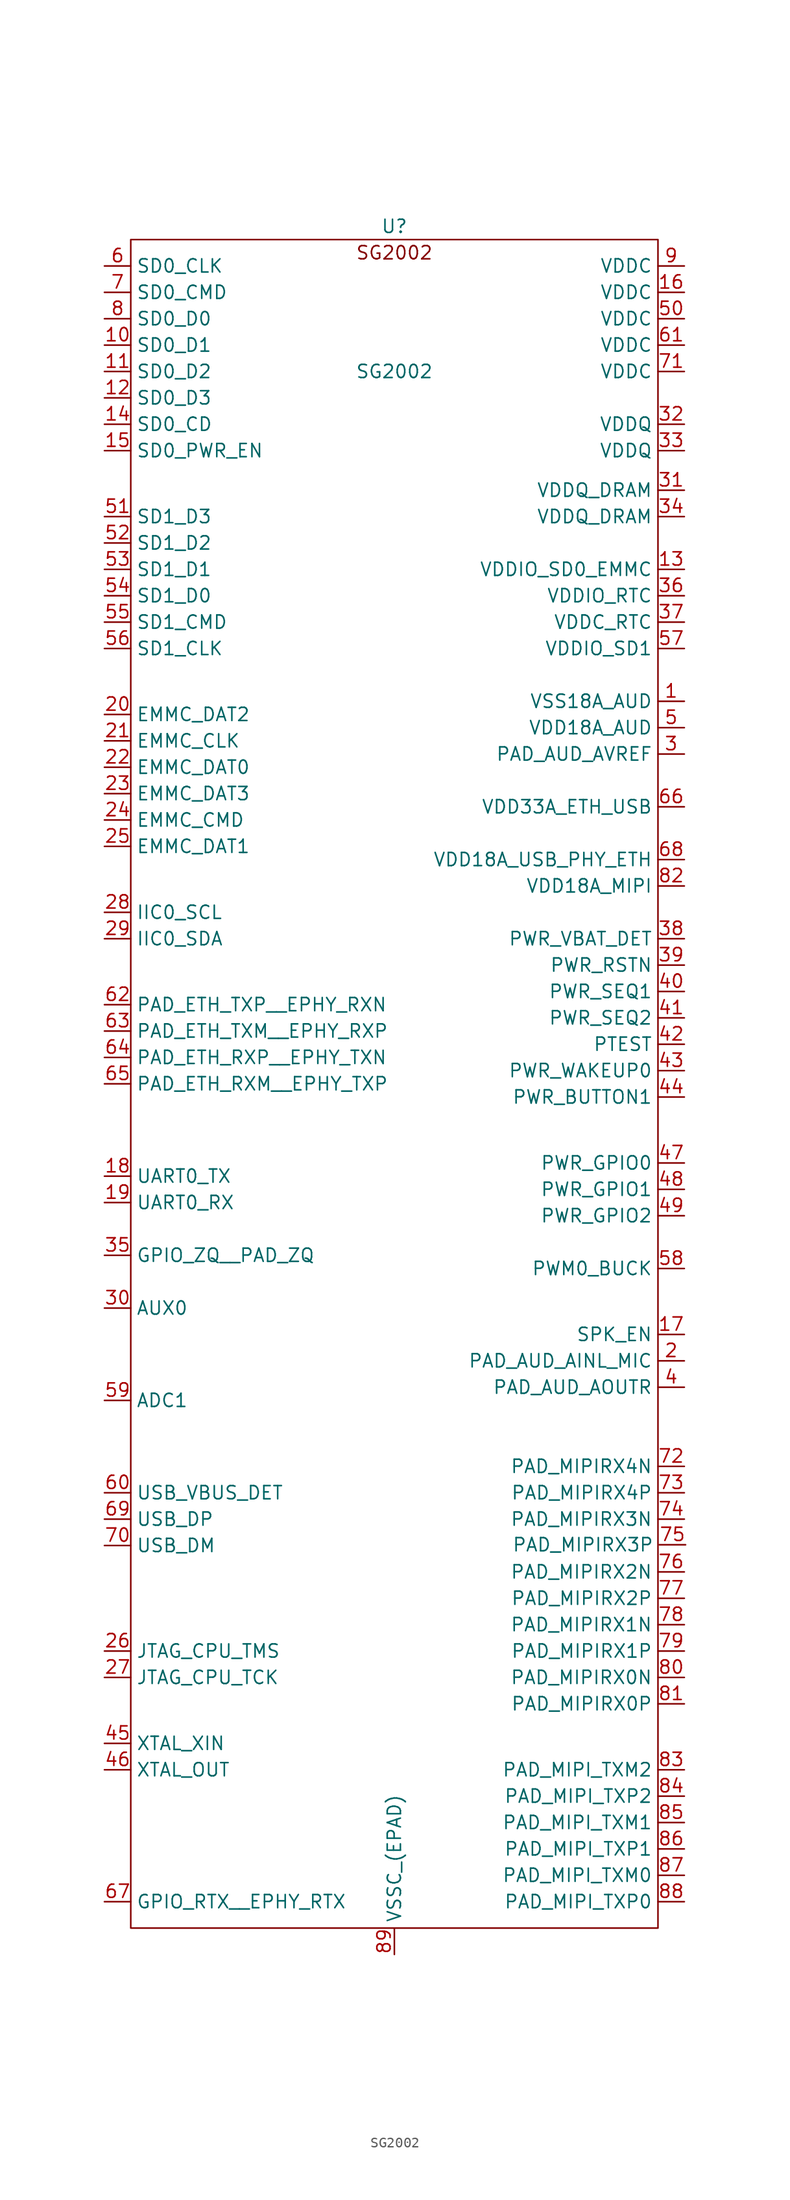
<source format=kicad_sym>
(kicad_symbol_lib
  (version 20231120)
  (generator "kicad_symbol_editor")
  (generator_version "8.0")
  (symbol "SG2002"
    (property "Reference" "U"
      (at 0 13.97 0)
      (effects (font (size 1.27 1.27))))
    (property "Value" "SG2002"
      (at 0 0 0)
      (effects (font (size 1.27 1.27))))
    (symbol "SG2002_0_1"
      (rectangle (start -25.4 12.7) (end 25.4 -149.86) (stroke (width 0) (type default)) (fill (type none))))
    (symbol "SG2002_1_1"
      (text "SG2002" (at 0 11.43 0) (effects (font (size 1.27 1.27))))
      (pin power_in line (at 27.94 -31.75 180) (length 2.54) (name "VSS18A_AUD" (effects (font (size 1.27 1.27)))) (number "1" (effects (font (size 1.27 1.27)))))
      (pin bidirectional line (at -27.94 2.54 0) (length 2.54) (name "SD0_D1" (effects (font (size 1.27 1.27)))) (number "10" (effects (font (size 1.27 1.27)))))
      (pin bidirectional line (at -27.94 0 0) (length 2.54) (name "SD0_D2" (effects (font (size 1.27 1.27)))) (number "11" (effects (font (size 1.27 1.27)))))
      (pin bidirectional line (at -27.94 -2.54 0) (length 2.54) (name "SD0_D3" (effects (font (size 1.27 1.27)))) (number "12" (effects (font (size 1.27 1.27)))))
      (pin power_in line (at 27.94 -19.05 180) (length 2.54) (name "VDDIO_SD0_EMMC" (effects (font (size 1.27 1.27)))) (number "13" (effects (font (size 1.27 1.27)))))
      (pin input line (at -27.94 -5.08 0) (length 2.54) (name "SD0_CD" (effects (font (size 1.27 1.27)))) (number "14" (effects (font (size 1.27 1.27)))))
      (pin input line (at -27.94 -7.62 0) (length 2.54) (name "SD0_PWR_EN" (effects (font (size 1.27 1.27)))) (number "15" (effects (font (size 1.27 1.27)))))
      (pin power_in line (at 27.94 7.62 180) (length 2.54) (name "VDDC" (effects (font (size 1.27 1.27)))) (number "16" (effects (font (size 1.27 1.27)))))
      (pin unspecified line (at 27.94 -92.71 180) (length 2.54) (name "SPK_EN" (effects (font (size 1.27 1.27)))) (number "17" (effects (font (size 1.27 1.27)))))
      (pin output line (at -27.94 -77.47 0) (length 2.54) (name "UART0_TX" (effects (font (size 1.27 1.27)))) (number "18" (effects (font (size 1.27 1.27)))))
      (pin input line (at -27.94 -80.01 0) (length 2.54) (name "UART0_RX" (effects (font (size 1.27 1.27)))) (number "19" (effects (font (size 1.27 1.27)))))
      (pin input line (at 27.94 -95.25 180) (length 2.54) (name "PAD_AUD_AINL_MIC" (effects (font (size 1.27 1.27)))) (number "2" (effects (font (size 1.27 1.27)))))
      (pin bidirectional line (at -27.94 -33.02 0) (length 2.54) (name "EMMC_DAT2" (effects (font (size 1.27 1.27)))) (number "20" (effects (font (size 1.27 1.27)))))
      (pin output line (at -27.94 -35.56 0) (length 2.54) (name "EMMC_CLK" (effects (font (size 1.27 1.27)))) (number "21" (effects (font (size 1.27 1.27)))))
      (pin bidirectional line (at -27.94 -38.1 0) (length 2.54) (name "EMMC_DAT0" (effects (font (size 1.27 1.27)))) (number "22" (effects (font (size 1.27 1.27)))))
      (pin bidirectional line (at -27.94 -40.64 0) (length 2.54) (name "EMMC_DAT3" (effects (font (size 1.27 1.27)))) (number "23" (effects (font (size 1.27 1.27)))))
      (pin output line (at -27.94 -43.18 0) (length 2.54) (name "EMMC_CMD" (effects (font (size 1.27 1.27)))) (number "24" (effects (font (size 1.27 1.27)))))
      (pin bidirectional line (at -27.94 -45.72 0) (length 2.54) (name "EMMC_DAT1" (effects (font (size 1.27 1.27)))) (number "25" (effects (font (size 1.27 1.27)))))
      (pin bidirectional line (at -27.94 -123.19 0) (length 2.54) (name "JTAG_CPU_TMS" (effects (font (size 1.27 1.27)))) (number "26" (effects (font (size 1.27 1.27)))))
      (pin bidirectional line (at -27.94 -125.73 0) (length 2.54) (name "JTAG_CPU_TCK" (effects (font (size 1.27 1.27)))) (number "27" (effects (font (size 1.27 1.27)))))
      (pin bidirectional line (at -27.94 -52.07 0) (length 2.54) (name "IIC0_SCL" (effects (font (size 1.27 1.27)))) (number "28" (effects (font (size 1.27 1.27)))))
      (pin bidirectional line (at -27.94 -54.61 0) (length 2.54) (name "IIC0_SDA" (effects (font (size 1.27 1.27)))) (number "29" (effects (font (size 1.27 1.27)))))
      (pin power_in line (at 27.94 -36.83 180) (length 2.54) (name "PAD_AUD_AVREF" (effects (font (size 1.27 1.27)))) (number "3" (effects (font (size 1.27 1.27)))))
      (pin bidirectional line (at -27.94 -90.17 0) (length 2.54) (name "AUX0" (effects (font (size 1.27 1.27)))) (number "30" (effects (font (size 1.27 1.27)))))
      (pin power_in line (at 27.94 -11.43 180) (length 2.54) (name "VDDQ_DRAM" (effects (font (size 1.27 1.27)))) (number "31" (effects (font (size 1.27 1.27)))))
      (pin power_in line (at 27.94 -5.08 180) (length 2.54) (name "VDDQ" (effects (font (size 1.27 1.27)))) (number "32" (effects (font (size 1.27 1.27)))))
      (pin power_in line (at 27.94 -7.62 180) (length 2.54) (name "VDDQ" (effects (font (size 1.27 1.27)))) (number "33" (effects (font (size 1.27 1.27)))))
      (pin power_in line (at 27.94 -13.97 180) (length 2.54) (name "VDDQ_DRAM" (effects (font (size 1.27 1.27)))) (number "34" (effects (font (size 1.27 1.27)))))
      (pin bidirectional line (at -27.94 -85.09 0) (length 2.54) (name "GPIO_ZQ__PAD_ZQ" (effects (font (size 1.27 1.27)))) (number "35" (effects (font (size 1.27 1.27)))))
      (pin power_in line (at 27.94 -21.59 180) (length 2.54) (name "VDDIO_RTC" (effects (font (size 1.27 1.27)))) (number "36" (effects (font (size 1.27 1.27)))))
      (pin power_in line (at 27.94 -24.13 180) (length 2.54) (name "VDDC_RTC" (effects (font (size 1.27 1.27)))) (number "37" (effects (font (size 1.27 1.27)))))
      (pin bidirectional line (at 27.94 -54.61 180) (length 2.54) (name "PWR_VBAT_DET" (effects (font (size 1.27 1.27)))) (number "38" (effects (font (size 1.27 1.27)))))
      (pin bidirectional line (at 27.94 -57.15 180) (length 2.54) (name "PWR_RSTN" (effects (font (size 1.27 1.27)))) (number "39" (effects (font (size 1.27 1.27)))))
      (pin output line (at 27.94 -97.79 180) (length 2.54) (name "PAD_AUD_AOUTR" (effects (font (size 1.27 1.27)))) (number "4" (effects (font (size 1.27 1.27)))))
      (pin bidirectional line (at 27.94 -59.69 180) (length 2.54) (name "PWR_SEQ1" (effects (font (size 1.27 1.27)))) (number "40" (effects (font (size 1.27 1.27)))))
      (pin bidirectional line (at 27.94 -62.23 180) (length 2.54) (name "PWR_SEQ2" (effects (font (size 1.27 1.27)))) (number "41" (effects (font (size 1.27 1.27)))))
      (pin bidirectional line (at 27.94 -64.77 180) (length 2.54) (name "PTEST" (effects (font (size 1.27 1.27)))) (number "42" (effects (font (size 1.27 1.27)))))
      (pin bidirectional line (at 27.94 -67.31 180) (length 2.54) (name "PWR_WAKEUP0" (effects (font (size 1.27 1.27)))) (number "43" (effects (font (size 1.27 1.27)))))
      (pin bidirectional line (at 27.94 -69.85 180) (length 2.54) (name "PWR_BUTTON1" (effects (font (size 1.27 1.27)))) (number "44" (effects (font (size 1.27 1.27)))))
      (pin input line (at -27.94 -132.08 0) (length 2.54) (name "XTAL_XIN" (effects (font (size 1.27 1.27)))) (number "45" (effects (font (size 1.27 1.27)))))
      (pin output line (at -27.94 -134.62 0) (length 2.54) (name "XTAL_OUT" (effects (font (size 1.27 1.27)))) (number "46" (effects (font (size 1.27 1.27)))))
      (pin power_in line (at 27.94 -76.2 180) (length 2.54) (name "PWR_GPIO0" (effects (font (size 1.27 1.27)))) (number "47" (effects (font (size 1.27 1.27)))))
      (pin power_in line (at 27.94 -78.74 180) (length 2.54) (name "PWR_GPIO1" (effects (font (size 1.27 1.27)))) (number "48" (effects (font (size 1.27 1.27)))))
      (pin power_in line (at 27.94 -81.28 180) (length 2.54) (name "PWR_GPIO2" (effects (font (size 1.27 1.27)))) (number "49" (effects (font (size 1.27 1.27)))))
      (pin power_in line (at 27.94 -34.29 180) (length 2.54) (name "VDD18A_AUD" (effects (font (size 1.27 1.27)))) (number "5" (effects (font (size 1.27 1.27)))))
      (pin power_in line (at 27.94 5.08 180) (length 2.54) (name "VDDC" (effects (font (size 1.27 1.27)))) (number "50" (effects (font (size 1.27 1.27)))))
      (pin bidirectional line (at -27.94 -13.97 0) (length 2.54) (name "SD1_D3" (effects (font (size 1.27 1.27)))) (number "51" (effects (font (size 1.27 1.27)))))
      (pin bidirectional line (at -27.94 -16.51 0) (length 2.54) (name "SD1_D2" (effects (font (size 1.27 1.27)))) (number "52" (effects (font (size 1.27 1.27)))))
      (pin bidirectional line (at -27.94 -19.05 0) (length 2.54) (name "SD1_D1" (effects (font (size 1.27 1.27)))) (number "53" (effects (font (size 1.27 1.27)))))
      (pin bidirectional line (at -27.94 -21.59 0) (length 2.54) (name "SD1_D0" (effects (font (size 1.27 1.27)))) (number "54" (effects (font (size 1.27 1.27)))))
      (pin output line (at -27.94 -24.13 0) (length 2.54) (name "SD1_CMD" (effects (font (size 1.27 1.27)))) (number "55" (effects (font (size 1.27 1.27)))))
      (pin output line (at -27.94 -26.67 0) (length 2.54) (name "SD1_CLK" (effects (font (size 1.27 1.27)))) (number "56" (effects (font (size 1.27 1.27)))))
      (pin power_in line (at 27.94 -26.67 180) (length 2.54) (name "VDDIO_SD1" (effects (font (size 1.27 1.27)))) (number "57" (effects (font (size 1.27 1.27)))))
      (pin unspecified line (at 27.94 -86.36 180) (length 2.54) (name "PWM0_BUCK" (effects (font (size 1.27 1.27)))) (number "58" (effects (font (size 1.27 1.27)))))
      (pin input line (at -27.94 -99.06 0) (length 2.54) (name "ADC1" (effects (font (size 1.27 1.27)))) (number "59" (effects (font (size 1.27 1.27)))))
      (pin output line (at -27.94 10.16 0) (length 2.54) (name "SD0_CLK" (effects (font (size 1.27 1.27)))) (number "6" (effects (font (size 1.27 1.27)))))
      (pin input line (at -27.94 -107.95 0) (length 2.54) (name "USB_VBUS_DET" (effects (font (size 1.27 1.27)))) (number "60" (effects (font (size 1.27 1.27)))))
      (pin power_in line (at 27.94 2.54 180) (length 2.54) (name "VDDC" (effects (font (size 1.27 1.27)))) (number "61" (effects (font (size 1.27 1.27)))))
      (pin unspecified line (at -27.94 -60.96 0) (length 2.54) (name "PAD_ETH_TXP__EPHY_RXN" (effects (font (size 1.27 1.27)))) (number "62" (effects (font (size 1.27 1.27)))))
      (pin unspecified line (at -27.94 -63.5 0) (length 2.54) (name "PAD_ETH_TXM__EPHY_RXP" (effects (font (size 1.27 1.27)))) (number "63" (effects (font (size 1.27 1.27)))))
      (pin unspecified line (at -27.94 -66.04 0) (length 2.54) (name "PAD_ETH_RXP__EPHY_TXN" (effects (font (size 1.27 1.27)))) (number "64" (effects (font (size 1.27 1.27)))))
      (pin unspecified line (at -27.94 -68.58 0) (length 2.54) (name "PAD_ETH_RXM__EPHY_TXP" (effects (font (size 1.27 1.27)))) (number "65" (effects (font (size 1.27 1.27)))))
      (pin power_in line (at 27.94 -41.91 180) (length 2.54) (name "VDD33A_ETH_USB" (effects (font (size 1.27 1.27)))) (number "66" (effects (font (size 1.27 1.27)))))
      (pin unspecified line (at -27.94 -147.32 0) (length 2.54) (name "GPIO_RTX__EPHY_RTX" (effects (font (size 1.27 1.27)))) (number "67" (effects (font (size 1.27 1.27)))))
      (pin unspecified line (at 27.94 -46.99 180) (length 2.54) (name "VDD18A_USB_PHY_ETH" (effects (font (size 1.27 1.27)))) (number "68" (effects (font (size 1.27 1.27)))))
      (pin bidirectional line (at -27.94 -110.49 0) (length 2.54) (name "USB_DP" (effects (font (size 1.27 1.27)))) (number "69" (effects (font (size 1.27 1.27)))))
      (pin output line (at -27.94 7.62 0) (length 2.54) (name "SD0_CMD" (effects (font (size 1.27 1.27)))) (number "7" (effects (font (size 1.27 1.27)))))
      (pin bidirectional line (at -27.94 -113.03 0) (length 2.54) (name "USB_DM" (effects (font (size 1.27 1.27)))) (number "70" (effects (font (size 1.27 1.27)))))
      (pin power_in line (at 27.94 0 180) (length 2.54) (name "VDDC" (effects (font (size 1.27 1.27)))) (number "71" (effects (font (size 1.27 1.27)))))
      (pin unspecified line (at 27.94 -105.41 180) (length 2.54) (name "PAD_MIPIRX4N" (effects (font (size 1.27 1.27)))) (number "72" (effects (font (size 1.27 1.27)))))
      (pin unspecified line (at 27.94 -107.95 180) (length 2.54) (name "PAD_MIPIRX4P" (effects (font (size 1.27 1.27)))) (number "73" (effects (font (size 1.27 1.27)))))
      (pin unspecified line (at 27.94 -110.49 180) (length 2.54) (name "PAD_MIPIRX3N" (effects (font (size 1.27 1.27)))) (number "74" (effects (font (size 1.27 1.27)))))
      (pin unspecified line (at 28.061 -112.957 180) (length 2.54) (name "PAD_MIPIRX3P" (effects (font (size 1.27 1.27)))) (number "75" (effects (font (size 1.27 1.27)))))
      (pin unspecified line (at 27.94 -115.57 180) (length 2.54) (name "PAD_MIPIRX2N" (effects (font (size 1.27 1.27)))) (number "76" (effects (font (size 1.27 1.27)))))
      (pin unspecified line (at 27.94 -118.11 180) (length 2.54) (name "PAD_MIPIRX2P" (effects (font (size 1.27 1.27)))) (number "77" (effects (font (size 1.27 1.27)))))
      (pin unspecified line (at 27.94 -120.65 180) (length 2.54) (name "PAD_MIPIRX1N" (effects (font (size 1.27 1.27)))) (number "78" (effects (font (size 1.27 1.27)))))
      (pin unspecified line (at 27.94 -123.19 180) (length 2.54) (name "PAD_MIPIRX1P" (effects (font (size 1.27 1.27)))) (number "79" (effects (font (size 1.27 1.27)))))
      (pin bidirectional line (at -27.94 5.08 0) (length 2.54) (name "SD0_D0" (effects (font (size 1.27 1.27)))) (number "8" (effects (font (size 1.27 1.27)))))
      (pin unspecified line (at 27.94 -125.73 180) (length 2.54) (name "PAD_MIPIRX0N" (effects (font (size 1.27 1.27)))) (number "80" (effects (font (size 1.27 1.27)))))
      (pin unspecified line (at 27.94 -128.27 180) (length 2.54) (name "PAD_MIPIRX0P" (effects (font (size 1.27 1.27)))) (number "81" (effects (font (size 1.27 1.27)))))
      (pin power_in line (at 27.94 -49.53 180) (length 2.54) (name "VDD18A_MIPI" (effects (font (size 1.27 1.27)))) (number "82" (effects (font (size 1.27 1.27)))))
      (pin unspecified line (at 27.94 -134.62 180) (length 2.54) (name "PAD_MIPI_TXM2" (effects (font (size 1.27 1.27)))) (number "83" (effects (font (size 1.27 1.27)))))
      (pin unspecified line (at 27.94 -137.16 180) (length 2.54) (name "PAD_MIPI_TXP2" (effects (font (size 1.27 1.27)))) (number "84" (effects (font (size 1.27 1.27)))))
      (pin unspecified line (at 27.94 -139.7 180) (length 2.54) (name "PAD_MIPI_TXM1" (effects (font (size 1.27 1.27)))) (number "85" (effects (font (size 1.27 1.27)))))
      (pin unspecified line (at 27.94 -142.24 180) (length 2.54) (name "PAD_MIPI_TXP1" (effects (font (size 1.27 1.27)))) (number "86" (effects (font (size 1.27 1.27)))))
      (pin unspecified line (at 27.94 -144.78 180) (length 2.54) (name "PAD_MIPI_TXM0" (effects (font (size 1.27 1.27)))) (number "87" (effects (font (size 1.27 1.27)))))
      (pin unspecified line (at 27.94 -147.32 180) (length 2.54) (name "PAD_MIPI_TXP0" (effects (font (size 1.27 1.27)))) (number "88" (effects (font (size 1.27 1.27)))))
      (pin power_in line (at 0 -152.4 90) (length 2.54) (name "VSSC_(EPAD)" (effects (font (size 1.27 1.27)))) (number "89" (effects (font (size 1.27 1.27)))))
      (pin power_in line (at 27.94 10.16 180) (length 2.54) (name "VDDC" (effects (font (size 1.27 1.27)))) (number "9" (effects (font (size 1.27 1.27))))))))
</source>
